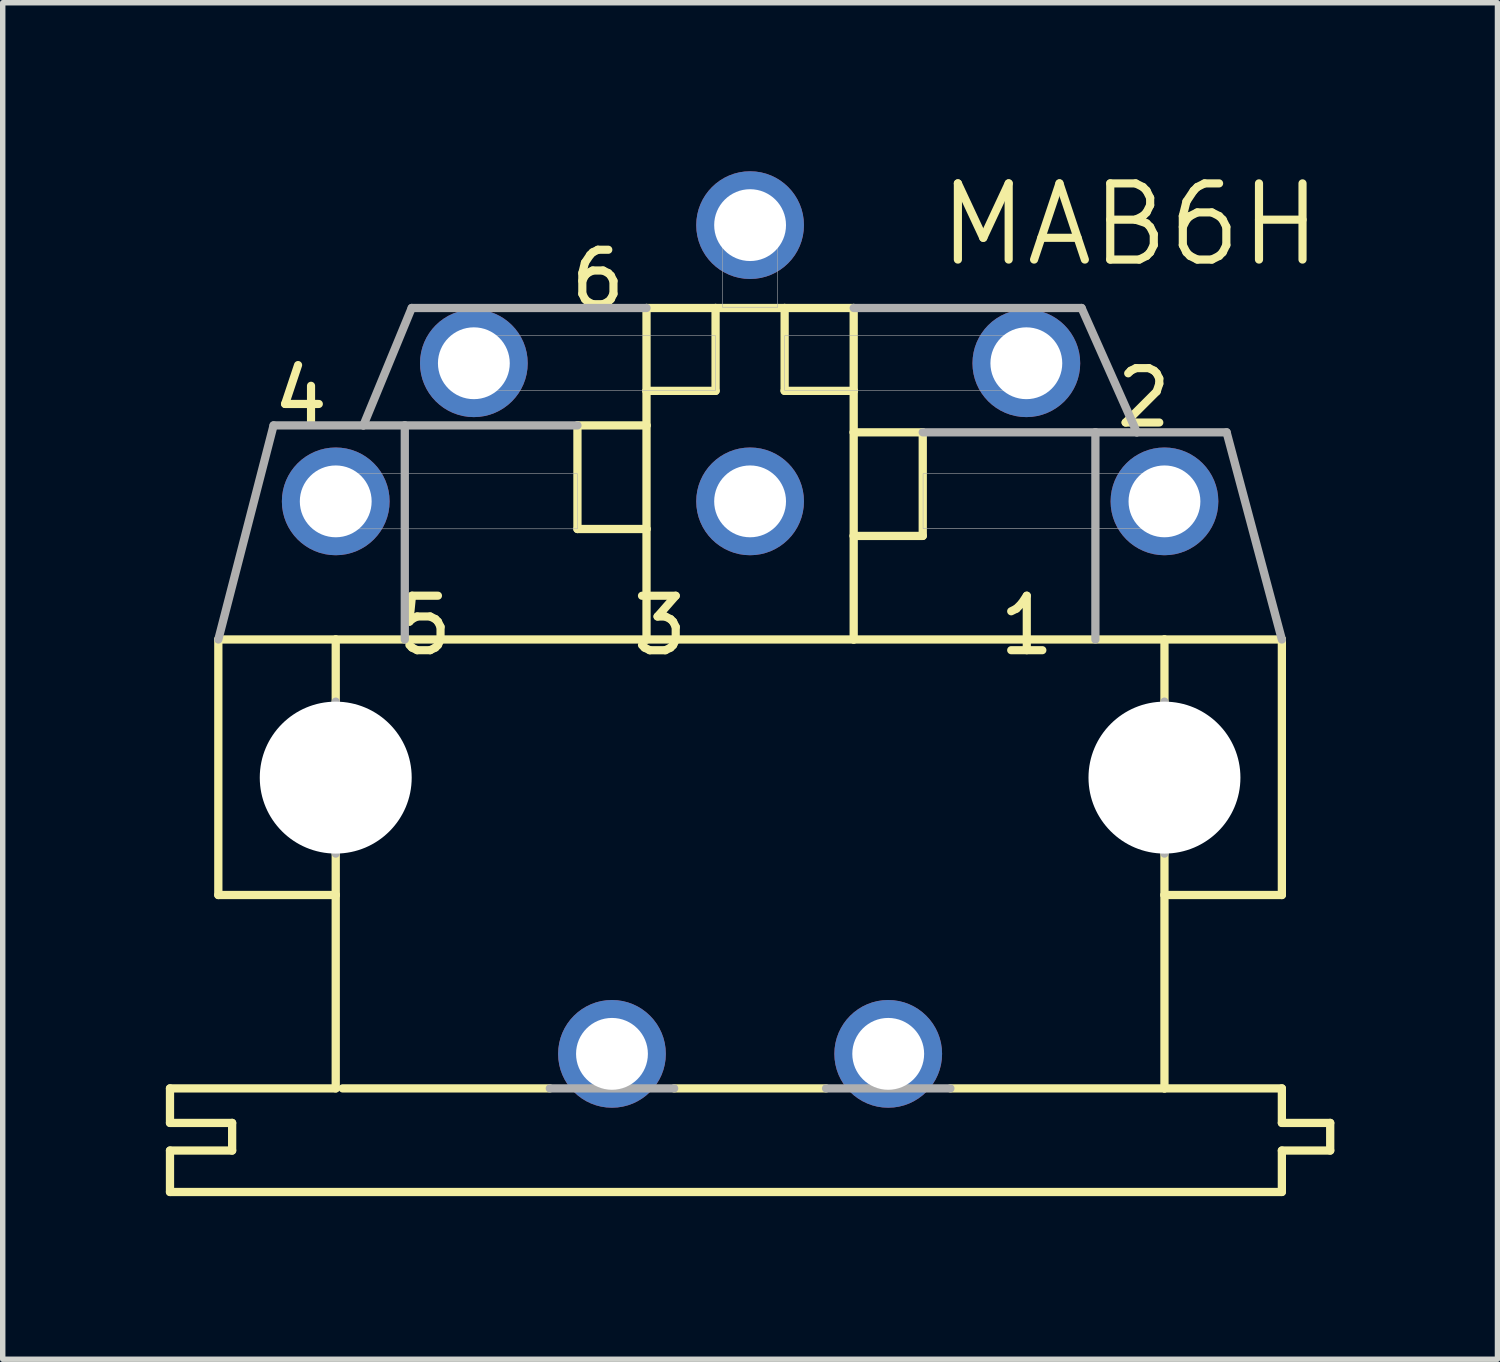
<source format=kicad_pcb>
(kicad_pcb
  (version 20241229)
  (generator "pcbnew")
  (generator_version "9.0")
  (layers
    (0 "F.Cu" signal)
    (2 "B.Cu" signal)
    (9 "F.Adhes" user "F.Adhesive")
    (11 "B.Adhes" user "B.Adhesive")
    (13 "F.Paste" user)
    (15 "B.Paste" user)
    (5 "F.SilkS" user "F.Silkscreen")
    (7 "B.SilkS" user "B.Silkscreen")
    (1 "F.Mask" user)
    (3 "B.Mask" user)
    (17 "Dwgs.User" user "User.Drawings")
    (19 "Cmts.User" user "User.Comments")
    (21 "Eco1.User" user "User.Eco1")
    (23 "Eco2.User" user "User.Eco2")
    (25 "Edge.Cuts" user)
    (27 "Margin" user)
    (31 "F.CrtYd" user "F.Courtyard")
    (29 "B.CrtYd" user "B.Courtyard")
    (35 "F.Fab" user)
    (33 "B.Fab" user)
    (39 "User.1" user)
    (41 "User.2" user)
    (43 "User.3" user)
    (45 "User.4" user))
  (footprint "MAB6H"
    (layer "F.Cu")
    (at 10.744 11.25)
    (property "Reference" "MAB6H" (at 6.99 -10.167 0) (layer "F.SilkS") (effects (font (size 1.401 1.401) (thickness 0.15))))
    (attr through_hole)
    (fp_line (start -10.668 6.35) (end -10.668 5.715) (stroke (width 0.152) (type solid)) (layer "F.SilkS"))
    (fp_line (start -10.668 6.35) (end -9.525 6.35) (stroke (width 0.152) (type solid)) (layer "F.SilkS"))
    (fp_line (start -10.668 7.62) (end -10.668 6.858) (stroke (width 0.152) (type solid)) (layer "F.SilkS"))
    (fp_line (start -10.668 7.62) (end 9.779 7.62) (stroke (width 0.152) (type solid)) (layer "F.SilkS"))
    (fp_line (start -9.779 2.159) (end -9.779 -2.54) (stroke (width 0.152) (type solid)) (layer "F.SilkS"))
    (fp_line (start -9.779 2.159) (end -7.62 2.159) (stroke (width 0.152) (type solid)) (layer "F.SilkS"))
    (fp_line (start -9.525 6.858) (end -10.668 6.858) (stroke (width 0.152) (type solid)) (layer "F.SilkS"))
    (fp_line (start -9.525 6.858) (end -9.525 6.35) (stroke (width 0.152) (type solid)) (layer "F.SilkS"))
    (fp_line (start -7.62 -2.54) (end -9.779 -2.54) (stroke (width 0.152) (type solid)) (layer "F.SilkS"))
    (fp_line (start -7.62 -2.54) (end -7.62 -1.397) (stroke (width 0.152) (type solid)) (layer "F.SilkS"))
    (fp_line (start -7.62 2.159) (end -7.62 1.397) (stroke (width 0.152) (type solid)) (layer "F.SilkS"))
    (fp_line (start -7.62 5.715) (end -10.668 5.715) (stroke (width 0.152) (type solid)) (layer "F.SilkS"))
    (fp_line (start -7.62 5.715) (end -7.62 2.159) (stroke (width 0.152) (type solid)) (layer "F.SilkS"))
    (fp_line (start -7.493 5.715) (end -3.683 5.715) (stroke (width 0.152) (type solid)) (layer "F.SilkS"))
    (fp_line (start -3.175 -6.477) (end -3.175 -4.572) (stroke (width 0.152) (type solid)) (layer "F.SilkS"))
    (fp_line (start -1.905 -8.636) (end -1.905 -7.112) (stroke (width 0.152) (type solid)) (layer "F.SilkS"))
    (fp_line (start -1.905 -7.112) (end -1.905 -6.477) (stroke (width 0.152) (type solid)) (layer "F.SilkS"))
    (fp_line (start -1.905 -7.112) (end -0.635 -7.112) (stroke (width 0.152) (type solid)) (layer "F.SilkS"))
    (fp_line (start -1.905 -6.477) (end -3.175 -6.477) (stroke (width 0.152) (type solid)) (layer "F.SilkS"))
    (fp_line (start -1.905 -6.477) (end -1.905 -4.572) (stroke (width 0.152) (type solid)) (layer "F.SilkS"))
    (fp_line (start -1.905 -4.572) (end -3.175 -4.572) (stroke (width 0.152) (type solid)) (layer "F.SilkS"))
    (fp_line (start -1.905 -4.572) (end -1.905 -2.54) (stroke (width 0.152) (type solid)) (layer "F.SilkS"))
    (fp_line (start -1.905 -2.54) (end -7.62 -2.54) (stroke (width 0.152) (type solid)) (layer "F.SilkS"))
    (fp_line (start -1.397 5.715) (end 1.397 5.715) (stroke (width 0.152) (type solid)) (layer "F.SilkS"))
    (fp_line (start -0.635 -8.636) (end -1.905 -8.636) (stroke (width 0.152) (type solid)) (layer "F.SilkS"))
    (fp_line (start -0.635 -8.636) (end -0.635 -7.112) (stroke (width 0.152) (type solid)) (layer "F.SilkS"))
    (fp_line (start 0.635 -8.636) (end -0.635 -8.636) (stroke (width 0.152) (type solid)) (layer "F.SilkS"))
    (fp_line (start 0.635 -8.636) (end 0.635 -7.112) (stroke (width 0.152) (type solid)) (layer "F.SilkS"))
    (fp_line (start 1.905 -8.636) (end 0.635 -8.636) (stroke (width 0.152) (type solid)) (layer "F.SilkS"))
    (fp_line (start 1.905 -8.636) (end 1.905 -7.112) (stroke (width 0.152) (type solid)) (layer "F.SilkS"))
    (fp_line (start 1.905 -7.112) (end 0.635 -7.112) (stroke (width 0.152) (type solid)) (layer "F.SilkS"))
    (fp_line (start 1.905 -7.112) (end 1.905 -6.35) (stroke (width 0.152) (type solid)) (layer "F.SilkS"))
    (fp_line (start 1.905 -6.35) (end 1.905 -4.445) (stroke (width 0.152) (type solid)) (layer "F.SilkS"))
    (fp_line (start 1.905 -4.445) (end 1.905 -2.54) (stroke (width 0.152) (type solid)) (layer "F.SilkS"))
    (fp_line (start 1.905 -4.445) (end 3.175 -4.445) (stroke (width 0.152) (type solid)) (layer "F.SilkS"))
    (fp_line (start 1.905 -2.54) (end -1.905 -2.54) (stroke (width 0.152) (type solid)) (layer "F.SilkS"))
    (fp_line (start 3.175 -6.35) (end 1.905 -6.35) (stroke (width 0.152) (type solid)) (layer "F.SilkS"))
    (fp_line (start 3.175 -6.35) (end 3.175 -4.445) (stroke (width 0.152) (type solid)) (layer "F.SilkS"))
    (fp_line (start 3.683 5.715) (end 7.62 5.715) (stroke (width 0.152) (type solid)) (layer "F.SilkS"))
    (fp_line (start 7.62 -2.54) (end 1.905 -2.54) (stroke (width 0.152) (type solid)) (layer "F.SilkS"))
    (fp_line (start 7.62 -2.54) (end 7.62 -1.397) (stroke (width 0.152) (type solid)) (layer "F.SilkS"))
    (fp_line (start 7.62 2.159) (end 7.62 1.397) (stroke (width 0.152) (type solid)) (layer "F.SilkS"))
    (fp_line (start 7.62 5.715) (end 7.62 2.159) (stroke (width 0.152) (type solid)) (layer "F.SilkS"))
    (fp_line (start 9.779 -2.54) (end 7.62 -2.54) (stroke (width 0.152) (type solid)) (layer "F.SilkS"))
    (fp_line (start 9.779 2.159) (end 7.62 2.159) (stroke (width 0.152) (type solid)) (layer "F.SilkS"))
    (fp_line (start 9.779 2.159) (end 9.779 -2.54) (stroke (width 0.152) (type solid)) (layer "F.SilkS"))
    (fp_line (start 9.779 5.715) (end 7.62 5.715) (stroke (width 0.152) (type solid)) (layer "F.SilkS"))
    (fp_line (start 9.779 5.715) (end 9.779 6.35) (stroke (width 0.152) (type solid)) (layer "F.SilkS"))
    (fp_line (start 9.779 7.62) (end 9.779 6.858) (stroke (width 0.152) (type solid)) (layer "F.SilkS"))
    (fp_line (start 10.668 6.35) (end 9.779 6.35) (stroke (width 0.152) (type solid)) (layer "F.SilkS"))
    (fp_line (start 10.668 6.858) (end 9.779 6.858) (stroke (width 0.152) (type solid)) (layer "F.SilkS"))
    (fp_line (start 10.668 6.858) (end 10.668 6.35) (stroke (width 0.152) (type solid)) (layer "F.SilkS"))
    (fp_line (start -8.763 -6.477) (end -9.779 -2.54) (stroke (width 0.152) (type solid)) (layer "F.Fab"))
    (fp_line (start -8.763 -6.477) (end -7.112 -6.477) (stroke (width 0.152) (type solid)) (layer "F.Fab"))
    (fp_line (start -7.62 -1.397) (end -7.62 1.397) (stroke (width 0.152) (type solid)) (layer "F.Fab"))
    (fp_line (start -7.112 -6.477) (end -6.223 -8.636) (stroke (width 0.152) (type solid)) (layer "F.Fab"))
    (fp_line (start -6.35 -6.477) (end -7.112 -6.477) (stroke (width 0.152) (type solid)) (layer "F.Fab"))
    (fp_line (start -6.35 -6.477) (end -6.35 -2.54) (stroke (width 0.152) (type solid)) (layer "F.Fab"))
    (fp_line (start -3.175 -6.477) (end -6.35 -6.477) (stroke (width 0.152) (type solid)) (layer "F.Fab"))
    (fp_line (start -1.905 -8.636) (end -6.223 -8.636) (stroke (width 0.152) (type solid)) (layer "F.Fab"))
    (fp_line (start -1.397 5.715) (end -3.683 5.715) (stroke (width 0.152) (type solid)) (layer "F.Fab"))
    (fp_line (start 3.683 5.715) (end 1.397 5.715) (stroke (width 0.152) (type solid)) (layer "F.Fab"))
    (fp_line (start 6.096 -8.636) (end 1.905 -8.636) (stroke (width 0.152) (type solid)) (layer "F.Fab"))
    (fp_line (start 6.096 -8.636) (end 7.112 -6.35) (stroke (width 0.152) (type solid)) (layer "F.Fab"))
    (fp_line (start 6.35 -6.35) (end 3.175 -6.35) (stroke (width 0.152) (type solid)) (layer "F.Fab"))
    (fp_line (start 6.35 -6.35) (end 6.35 -2.54) (stroke (width 0.152) (type solid)) (layer "F.Fab"))
    (fp_line (start 7.112 -6.35) (end 6.35 -6.35) (stroke (width 0.152) (type solid)) (layer "F.Fab"))
    (fp_line (start 7.62 -1.397) (end 7.62 1.397) (stroke (width 0.152) (type solid)) (layer "F.Fab"))
    (fp_line (start 8.763 -6.35) (end 7.112 -6.35) (stroke (width 0.152) (type solid)) (layer "F.Fab"))
    (fp_line (start 8.763 -6.35) (end 9.779 -2.54) (stroke (width 0.152) (type solid)) (layer "F.Fab"))
    (fp_poly (pts (xy -8.009 -5.588) (xy -3.175 -5.588) (xy -3.175 -4.576) (xy -8.009 -4.576)) (stroke (width 0.01) (type solid)) (fill no) (layer "F.Fab"))
    (fp_poly (pts (xy -5.468 -8.128) (xy -0.635 -8.128) (xy -0.635 -7.121) (xy -5.468 -7.121)) (stroke (width 0.01) (type solid)) (fill no) (layer "F.Fab"))
    (fp_poly (pts (xy -0.509 -10.541) (xy 0.508 -10.541) (xy 0.508 -8.65) (xy -0.509 -8.65)) (stroke (width 0.01) (type solid)) (fill no) (layer "F.Fab"))
    (fp_poly (pts (xy 0.636 -8.128) (xy 5.461 -8.128) (xy 5.461 -7.118) (xy 0.636 -7.118)) (stroke (width 0.01) (type solid)) (fill no) (layer "F.Fab"))
    (fp_poly (pts (xy 3.181 -5.588) (xy 8.001 -5.588) (xy 8.001 -4.581) (xy 3.181 -4.581)) (stroke (width 0.01) (type solid)) (fill no) (layer "F.Fab"))
    (fp_text user "1" (at 5.088 -2.799 0) (layer "F.SilkS") (effects (font (size 1.002 1.002) (thickness 0.15))))
    (fp_text user "6" (at -2.799 -9.161 0) (layer "F.SilkS") (effects (font (size 1.002 1.002) (thickness 0.15))))
    (fp_text user "5" (at -5.979 -2.799 0) (layer "F.SilkS") (effects (font (size 1.002 1.002) (thickness 0.15))))
    (fp_text user "2" (at 7.239 -6.985 0) (layer "F.SilkS") (effects (font (size 1 1) (thickness 0.15))))
    (fp_text user "4" (at -8.265 -6.993 0) (layer "F.SilkS") (effects (font (size 1.001 1.001) (thickness 0.15))))
    (fp_text user "3" (at -1.654 -2.798 0) (layer "F.SilkS") (effects (font (size 1.002 1.002) (thickness 0.15))))
    (pad "" np_thru_hole circle (at -7.62 0) (size 2.794 2.794) (drill 2.794) (layers "*.Cu" "*.Mask"))
    (pad "" np_thru_hole circle (at 7.62 0) (size 2.794 2.794) (drill 2.794) (layers "*.Cu" "*.Mask"))
    (pad "1" thru_hole circle (at 7.62 -5.08) (size 1.981 1.981) (drill 1.321) (layers "*.Cu" "*.Mask"))
    (pad "2" thru_hole circle (at 5.08 -7.62) (size 1.981 1.981) (drill 1.321) (layers "*.Cu" "*.Mask"))
    (pad "3" thru_hole circle (at 0 -5.08) (size 1.981 1.981) (drill 1.321) (layers "*.Cu" "*.Mask"))
    (pad "4" thru_hole circle (at -5.08 -7.62) (size 1.981 1.981) (drill 1.321) (layers "*.Cu" "*.Mask"))
    (pad "5" thru_hole circle (at -7.62 -5.08) (size 1.981 1.981) (drill 1.321) (layers "*.Cu" "*.Mask"))
    (pad "6" thru_hole circle (at 0 -10.16) (size 1.981 1.981) (drill 1.321) (layers "*.Cu" "*.Mask"))
    (pad "PE" thru_hole circle (at -2.54 5.08) (size 1.981 1.981) (drill 1.321) (layers "*.Cu" "*.Mask"))
    (pad "PE@" thru_hole circle (at 2.54 5.08) (size 1.981 1.981) (drill 1.321) (layers "*.Cu" "*.Mask")))
  (gr_rect
    (start -3 -3)
    (end 24.488 21.946)
    (stroke (width 0.1) (type default))
    (fill no)
    (layer "Edge.Cuts")))
</source>
